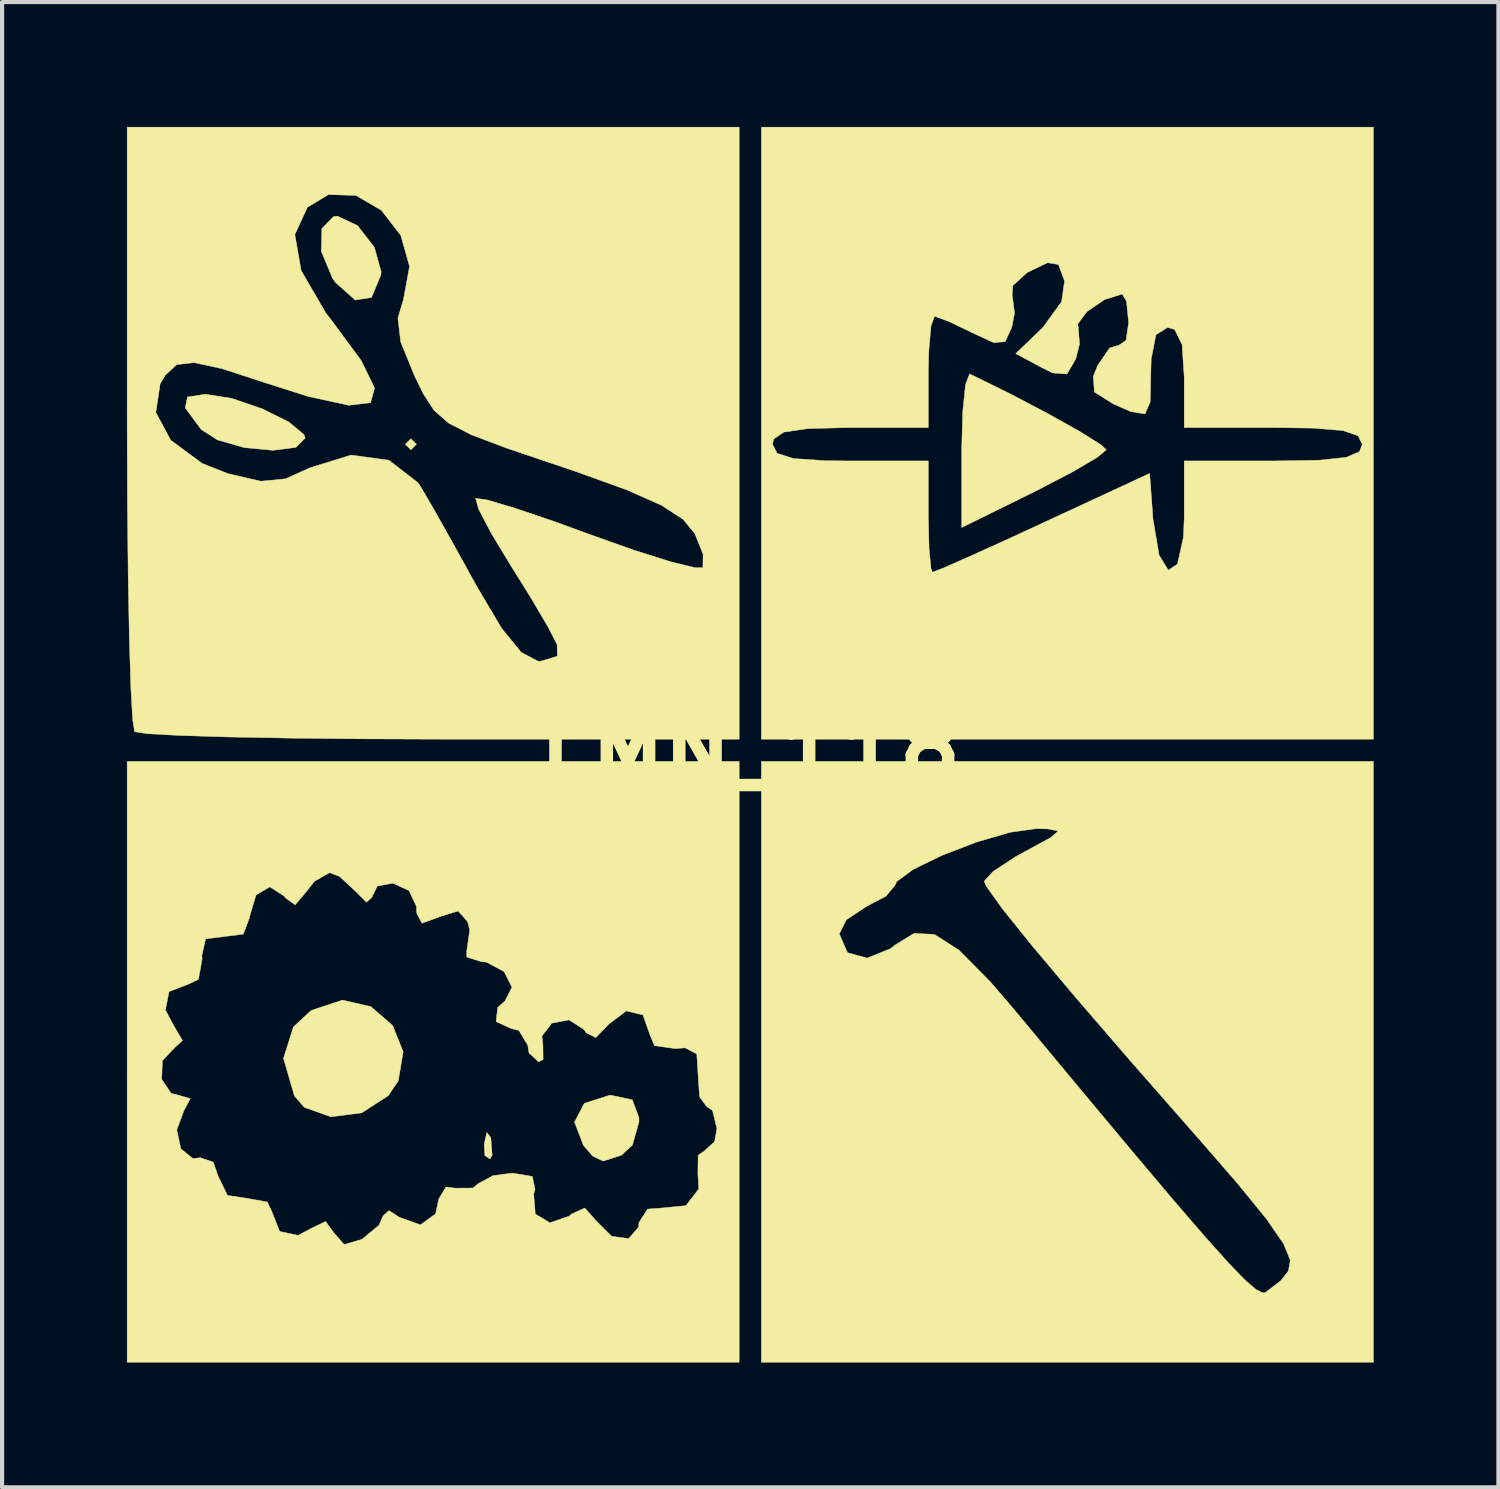
<source format=kicad_pcb>
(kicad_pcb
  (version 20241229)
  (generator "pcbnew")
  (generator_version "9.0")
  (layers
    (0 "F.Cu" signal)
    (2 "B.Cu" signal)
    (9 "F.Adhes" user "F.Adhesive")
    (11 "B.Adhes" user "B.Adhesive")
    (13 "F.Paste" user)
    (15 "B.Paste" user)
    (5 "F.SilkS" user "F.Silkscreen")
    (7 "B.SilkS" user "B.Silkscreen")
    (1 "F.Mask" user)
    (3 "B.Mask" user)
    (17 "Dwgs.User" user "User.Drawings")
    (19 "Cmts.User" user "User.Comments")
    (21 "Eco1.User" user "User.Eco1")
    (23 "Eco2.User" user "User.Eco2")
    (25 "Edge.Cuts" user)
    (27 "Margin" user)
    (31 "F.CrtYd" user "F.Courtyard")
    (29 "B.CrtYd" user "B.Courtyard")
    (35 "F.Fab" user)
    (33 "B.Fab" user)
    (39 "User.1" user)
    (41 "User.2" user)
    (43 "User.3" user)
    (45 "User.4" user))
  (footprint "LMN_118"
    (layer "F.Cu")
    (at 14.978 14.978)
    (property "Reference" "LMN_118" (at 0 0 0) (layer "F.SilkS") (effects (font (size 1.524 1.524) (thickness 0.3))))
    (attr through_hole)
    (fp_poly (pts (xy -8.021 -7.353) (xy -8.155 -7.219) (xy -8.288 -7.353) (xy -8.155 -7.486) (xy -8.021 -7.353)) (stroke (width 0.01) (type solid)) (fill yes) (layer "F.SilkS"))
    (fp_poly (pts (xy -6.234 9.308) (xy -6.202 9.726) (xy -6.255 9.82) (xy -6.377 9.74) (xy -6.396 9.469) (xy -6.33 9.184) (xy -6.234 9.308)) (stroke (width 0.01) (type solid)) (fill yes) (layer "F.SilkS"))
    (fp_poly (pts (xy -9.439 -12.609) (xy -9.032 -12.087) (xy -8.869 -11.497) (xy -8.876 -11.418) (xy -9.102 -10.879) (xy -9.494 -10.819) (xy -9.967 -11.241) (xy -10.039 -11.344) (xy -10.307 -11.986) (xy -10.294 -12.537) (xy -10.014 -12.823) (xy -9.92 -12.834) (xy -9.439 -12.609)) (stroke (width 0.01) (type solid)) (fill yes) (layer "F.SilkS"))
    (fp_poly (pts (xy -2.835 8.398) (xy -2.676 8.821) (xy -2.674 8.928) (xy -2.831 9.486) (xy -3.097 9.73) (xy -3.534 9.871) (xy -3.79 9.749) (xy -4.008 9.495) (xy -4.224 8.934) (xy -3.988 8.483) (xy -3.38 8.289) (xy -3.35 8.288) (xy -2.835 8.398)) (stroke (width 0.01) (type solid)) (fill yes) (layer "F.SilkS"))
    (fp_poly (pts (xy -12.456 -8.455) (xy -11.726 -8.205) (xy -11.087 -7.888) (xy -10.723 -7.585) (xy -10.695 -7.5) (xy -10.918 -7.278) (xy -11.467 -7.207) (xy -12.156 -7.272) (xy -12.804 -7.457) (xy -13.193 -7.708) (xy -13.578 -8.227) (xy -13.523 -8.49) (xy -13.092 -8.556) (xy -12.456 -8.455)) (stroke (width 0.01) (type solid)) (fill yes) (layer "F.SilkS"))
    (fp_poly (pts (xy -9.115 6.16) (xy -8.594 6.612) (xy -8.341 7.244) (xy -8.457 7.944) (xy -8.699 8.299) (xy -9.338 8.713) (xy -10.079 8.807) (xy -10.715 8.58) (xy -10.953 8.306) (xy -11.216 7.402) (xy -10.978 6.647) (xy -10.55 6.251) (xy -9.801 6.003) (xy -9.115 6.16)) (stroke (width 0.01) (type solid)) (fill yes) (layer "F.SilkS"))
    (fp_poly (pts (xy 5.281 -9.04) (xy 6.228 -8.574) (xy 7.148 -8.091) (xy 7.921 -7.658) (xy 8.426 -7.342) (xy 8.556 -7.221) (xy 8.334 -7.036) (xy 7.75 -6.693) (xy 6.924 -6.262) (xy 6.818 -6.209) (xy 5.08 -5.352) (xy 5.08 -7.244) (xy 5.106 -8.155) (xy 5.173 -8.796) (xy 5.269 -9.043) (xy 5.281 -9.04)) (stroke (width 0.01) (type solid)) (fill yes) (layer "F.SilkS"))
    (fp_poly (pts (xy 14.973 14.705) (xy 0.267 14.705) (xy 0.267 4.413) (xy 2.139 4.413) (xy 2.336 4.863) (xy 2.807 4.993) (xy 3.374 4.764) (xy 3.467 4.687) (xy 3.933 4.399) (xy 4.424 4.424) (xy 5.014 4.801) (xy 5.774 5.569) (xy 6.331 6.219) (xy 7.905 8.113) (xy 9.175 9.633) (xy 10.174 10.816) (xy 10.937 11.701) (xy 11.499 12.327) (xy 11.892 12.732) (xy 12.152 12.956) (xy 12.312 13.036) (xy 12.371 13.033) (xy 12.752 12.741) (xy 12.931 12.509) (xy 12.975 12.252) (xy 12.814 11.858) (xy 12.404 11.263) (xy 11.704 10.404) (xy 10.811 9.376) (xy 9.171 7.507) (xy 7.823 5.944) (xy 6.78 4.706) (xy 6.061 3.812) (xy 5.68 3.281) (xy 5.62 3.148) (xy 5.831 2.915) (xy 6.366 2.563) (xy 6.617 2.425) (xy 7.227 2.093) (xy 7.395 1.938) (xy 7.155 1.89) (xy 6.867 1.883) (xy 6.245 1.971) (xy 5.44 2.205) (xy 4.612 2.523) (xy 3.918 2.861) (xy 3.518 3.154) (xy 3.476 3.248) (xy 3.255 3.51) (xy 2.807 3.743) (xy 2.309 4.072) (xy 2.139 4.413) (xy 0.267 4.413) (xy 0.267 0.267) (xy 14.973 0.267) (xy 14.973 14.705)) (stroke (width 0.01) (type solid)) (fill yes) (layer "F.SilkS"))
    (fp_poly (pts (xy -0.267 -0.267) (xy -7.442 -0.267) (xy -9.349 -0.274) (xy -11.079 -0.292) (xy -12.56 -0.32) (xy -13.72 -0.356) (xy -14.489 -0.398) (xy -14.794 -0.446) (xy -14.794 -0.446) (xy -14.842 -0.75) (xy -14.884 -1.518) (xy -14.92 -2.678) (xy -14.948 -4.158) (xy -14.966 -5.887) (xy -14.973 -7.794) (xy -14.973 -8.117) (xy -14.284 -8.117) (xy -13.925 -7.45) (xy -13.17 -6.893) (xy -12.545 -6.646) (xy -11.758 -6.465) (xy -11.168 -6.523) (xy -10.586 -6.786) (xy -9.592 -7.094) (xy -8.681 -6.969) (xy -7.988 -6.433) (xy -7.91 -6.317) (xy -7.613 -5.808) (xy -7.155 -4.994) (xy -6.63 -4.044) (xy -6.575 -3.944) (xy -5.976 -2.933) (xy -5.505 -2.355) (xy -5.106 -2.143) (xy -5.038 -2.139) (xy -4.637 -2.261) (xy -4.642 -2.539) (xy -4.859 -2.962) (xy -5.277 -3.672) (xy -5.755 -4.44) (xy -6.224 -5.213) (xy -6.527 -5.794) (xy -6.6 -6.055) (xy -6.318 -6.015) (xy -5.648 -5.816) (xy -4.698 -5.493) (xy -3.892 -5.199) (xy -2.802 -4.811) (xy -1.906 -4.528) (xy -1.314 -4.385) (xy -1.139 -4.387) (xy -1.134 -4.71) (xy -1.332 -5.206) (xy -1.615 -5.55) (xy -2.133 -5.887) (xy -2.972 -6.258) (xy -4.22 -6.708) (xy -4.597 -6.835) (xy -5.851 -7.259) (xy -6.7 -7.579) (xy -7.249 -7.862) (xy -7.601 -8.17) (xy -7.859 -8.569) (xy -8.068 -8.997) (xy -8.4 -9.814) (xy -8.467 -10.385) (xy -8.332 -10.84) (xy -8.188 -11.629) (xy -8.399 -12.373) (xy -8.862 -12.973) (xy -9.475 -13.332) (xy -10.136 -13.352) (xy -10.641 -13.048) (xy -10.943 -12.392) (xy -10.792 -11.527) (xy -10.2 -10.509) (xy -10.068 -10.339) (xy -9.347 -9.362) (xy -9.027 -8.705) (xy -9.123 -8.352) (xy -9.651 -8.29) (xy -10.625 -8.502) (xy -11.631 -8.823) (xy -12.688 -9.168) (xy -13.366 -9.315) (xy -13.782 -9.266) (xy -14.054 -9.017) (xy -14.18 -8.805) (xy -14.284 -8.117) (xy -14.973 -8.117) (xy -14.973 -14.973) (xy -0.267 -14.973) (xy -0.267 -0.267)) (stroke (width 0.01) (type solid)) (fill yes) (layer "F.SilkS"))
    (fp_poly (pts (xy 14.973 -0.267) (xy 0.267 -0.267) (xy 0.267 -7.353) (xy 0.535 -7.353) (xy 0.645 -7.135) (xy 1.041 -7.01) (xy 1.82 -6.957) (xy 2.406 -6.952) (xy 4.278 -6.952) (xy 4.278 -5.615) (xy 4.296 -4.852) (xy 4.342 -4.368) (xy 4.378 -4.278) (xy 4.647 -4.383) (xy 5.295 -4.669) (xy 6.217 -5.087) (xy 7.037 -5.466) (xy 9.596 -6.653) (xy 9.677 -5.553) (xy 9.824 -4.686) (xy 10.045 -4.328) (xy 10.265 -4.475) (xy 10.408 -5.123) (xy 10.427 -5.592) (xy 10.427 -6.952) (xy 12.566 -6.952) (xy 13.664 -6.97) (xy 14.322 -7.039) (xy 14.637 -7.175) (xy 14.705 -7.353) (xy 14.605 -7.558) (xy 14.239 -7.682) (xy 13.514 -7.741) (xy 12.566 -7.754) (xy 10.427 -7.754) (xy 10.427 -8.957) (xy 10.375 -9.75) (xy 10.196 -10.111) (xy 10.026 -10.16) (xy 9.747 -9.983) (xy 9.633 -9.398) (xy 9.625 -9.091) (xy 9.609 -8.367) (xy 9.485 -8.081) (xy 9.14 -8.138) (xy 8.723 -8.322) (xy 8.269 -8.608) (xy 8.241 -8.982) (xy 8.348 -9.249) (xy 8.635 -9.667) (xy 8.862 -9.735) (xy 9.03 -9.852) (xy 9.091 -10.278) (xy 9.04 -10.788) (xy 8.939 -10.962) (xy 8.512 -10.83) (xy 8.085 -10.537) (xy 7.869 -10.243) (xy 7.88 -10.171) (xy 7.911 -9.761) (xy 7.821 -9.403) (xy 7.61 -9.041) (xy 7.267 -9.066) (xy 6.999 -9.198) (xy 6.378 -9.531) (xy 7.029 -10.158) (xy 7.479 -10.777) (xy 7.552 -11.275) (xy 7.404 -11.672) (xy 7.145 -11.715) (xy 6.659 -11.483) (xy 6.309 -11.167) (xy 6.293 -10.946) (xy 6.35 -10.504) (xy 6.283 -10.16) (xy 6.124 -9.818) (xy 5.851 -9.794) (xy 5.343 -10.028) (xy 4.77 -10.304) (xy 4.433 -10.427) (xy 4.425 -10.427) (xy 4.341 -10.187) (xy 4.288 -9.572) (xy 4.278 -9.091) (xy 4.278 -7.754) (xy 2.406 -7.754) (xy 1.389 -7.73) (xy 0.807 -7.645) (xy 0.562 -7.478) (xy 0.535 -7.353) (xy 0.267 -7.353) (xy 0.267 -14.973) (xy 14.973 -14.973) (xy 14.973 -0.267)) (stroke (width 0.01) (type solid)) (fill yes) (layer "F.SilkS"))
    (fp_poly (pts (xy -0.267 14.705) (xy -14.973 14.705) (xy -14.973 7.906) (xy -14.143 7.906) (xy -13.914 8.243) (xy -13.737 8.288) (xy -13.455 8.37) (xy -13.608 8.656) (xy -13.78 9.12) (xy -13.682 9.576) (xy -13.39 9.811) (xy -13.217 9.789) (xy -12.904 9.895) (xy -12.783 10.242) (xy -12.561 10.696) (xy -12.098 10.765) (xy -11.606 10.853) (xy -11.497 11.083) (xy -11.308 11.561) (xy -10.866 11.656) (xy -10.553 11.49) (xy -10.205 11.321) (xy -10.003 11.596) (xy -9.759 11.876) (xy -9.331 11.75) (xy -8.921 11.411) (xy -8.823 11.187) (xy -8.681 11.06) (xy -8.434 11.22) (xy -7.925 11.403) (xy -7.561 11.137) (xy -7.486 10.784) (xy -7.314 10.494) (xy -7.094 10.521) (xy -6.664 10.518) (xy -6.543 10.416) (xy -6.182 10.22) (xy -5.715 10.16) (xy -5.237 10.239) (xy -5.172 10.548) (xy -5.204 10.663) (xy -5.166 11.142) (xy -4.815 11.353) (xy -4.35 11.193) (xy -4.294 11.142) (xy -3.977 10.998) (xy -3.713 11.296) (xy -3.331 11.677) (xy -2.923 11.734) (xy -2.684 11.458) (xy -2.674 11.346) (xy -2.469 11.025) (xy -2.206 11.005) (xy -1.547 10.942) (xy -1.238 10.541) (xy -1.259 10.16) (xy -1.253 9.732) (xy -1.101 9.625) (xy -0.858 9.402) (xy -0.802 9.091) (xy -0.907 8.656) (xy -1.053 8.556) (xy -1.219 8.327) (xy -1.253 7.821) (xy -1.286 7.296) (xy -1.566 7.15) (xy -1.805 7.169) (xy -2.302 7.097) (xy -2.406 6.85) (xy -2.58 6.359) (xy -2.98 6.263) (xy -3.393 6.575) (xy -3.711 6.904) (xy -3.942 6.789) (xy -3.994 6.711) (xy -4.356 6.478) (xy -4.769 6.558) (xy -5.006 6.865) (xy -4.982 7.088) (xy -4.978 7.43) (xy -5.088 7.486) (xy -5.318 7.27) (xy -5.347 7.085) (xy -5.561 6.731) (xy -5.748 6.684) (xy -6.108 6.52) (xy -6.069 6.18) (xy -5.894 6.023) (xy -5.727 5.695) (xy -5.916 5.318) (xy -6.34 5.091) (xy -6.461 5.08) (xy -6.813 4.969) (xy -6.81 4.8) (xy -6.741 4.324) (xy -6.79 4.12) (xy -7.019 3.863) (xy -7.463 3.998) (xy -7.482 4.008) (xy -7.89 4.156) (xy -8.016 3.913) (xy -8.021 3.753) (xy -8.199 3.373) (xy -8.586 3.194) (xy -8.959 3.261) (xy -9.099 3.543) (xy -9.223 3.65) (xy -9.463 3.409) (xy -9.869 3.032) (xy -10.109 2.941) (xy -10.47 3.146) (xy -10.677 3.409) (xy -10.936 3.714) (xy -11.169 3.547) (xy -11.195 3.508) (xy -11.545 3.282) (xy -11.876 3.477) (xy -12.031 3.995) (xy -12.032 4.023) (xy -12.183 4.418) (xy -12.633 4.475) (xy -13.086 4.531) (xy -13.178 4.93) (xy -13.171 5.013) (xy -13.259 5.505) (xy -13.489 5.615) (xy -13.966 5.799) (xy -14.053 6.241) (xy -13.859 6.606) (xy -13.644 6.973) (xy -13.836 7.151) (xy -14.125 7.456) (xy -14.143 7.906) (xy -14.973 7.906) (xy -14.973 0.267) (xy -0.267 0.267) (xy -0.267 14.705)) (stroke (width 0.01) (type solid)) (fill yes) (layer "F.SilkS")))
  (gr_rect
    (start -3 -3)
    (end 32.955 32.688)
    (stroke (width 0.1) (type default))
    (fill no)
    (layer "Edge.Cuts")))
</source>
